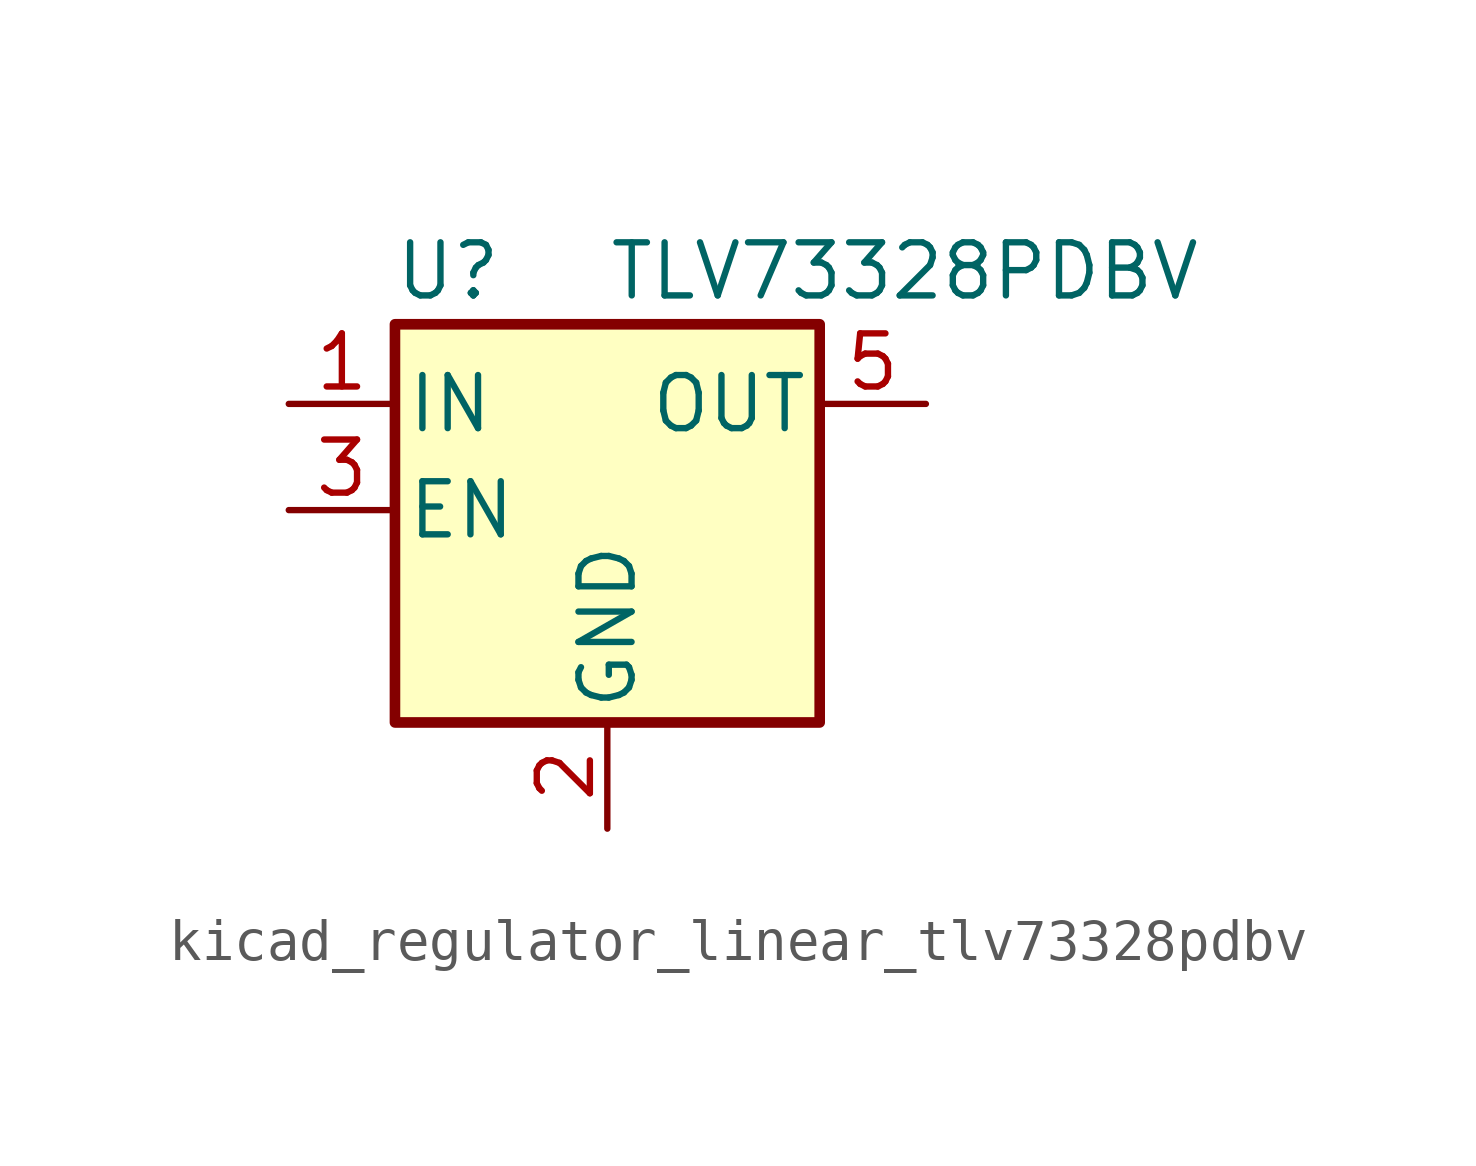
<source format=kicad_sym>
(kicad_symbol_lib
  (version 20220914)
  (generator kicad_symbol_editor)
  (symbol "kicad_regulator_linear_tlv73328pdbv"
    (pin_names
      (offset 0.254))
    (property "Reference" "U"
      (at -3.81 5.715 0)
      (effects (font (size 1.27 1.27))))
    (property "Value" "TLV73328PDBV"
      (at 0 5.715 0)
      (effects (font (size 1.27 1.27)) (justify left)))
    (symbol "kicad_regulator_linear_tlv73328pdbv_0_1"
      (rectangle (start -5.08 4.445) (end 5.08 -5.08) (stroke (width 0.254) (type default)) (fill (type background))))
    (symbol "kicad_regulator_linear_tlv73328pdbv_1_1"
      (pin power_in line (at -7.62 2.54 0) (length 2.54) (name "IN" (effects (font (size 1.27 1.27)))) (number "1" (effects (font (size 1.27 1.27)))))
      (pin power_in line (at 0 -7.62 90) (length 2.54) (name "GND" (effects (font (size 1.27 1.27)))) (number "2" (effects (font (size 1.27 1.27)))))
      (pin input line (at -7.62 0 0) (length 2.54) (name "EN" (effects (font (size 1.27 1.27)))) (number "3" (effects (font (size 1.27 1.27)))))
      (pin no_connect line (at 5.08 0 180) (length 2.54) hide (name "NC" (effects (font (size 1.27 1.27)))) (number "4" (effects (font (size 1.27 1.27)))))
      (pin power_out line (at 7.62 2.54 180) (length 2.54) (name "OUT" (effects (font (size 1.27 1.27)))) (number "5" (effects (font (size 1.27 1.27))))))))
</source>
